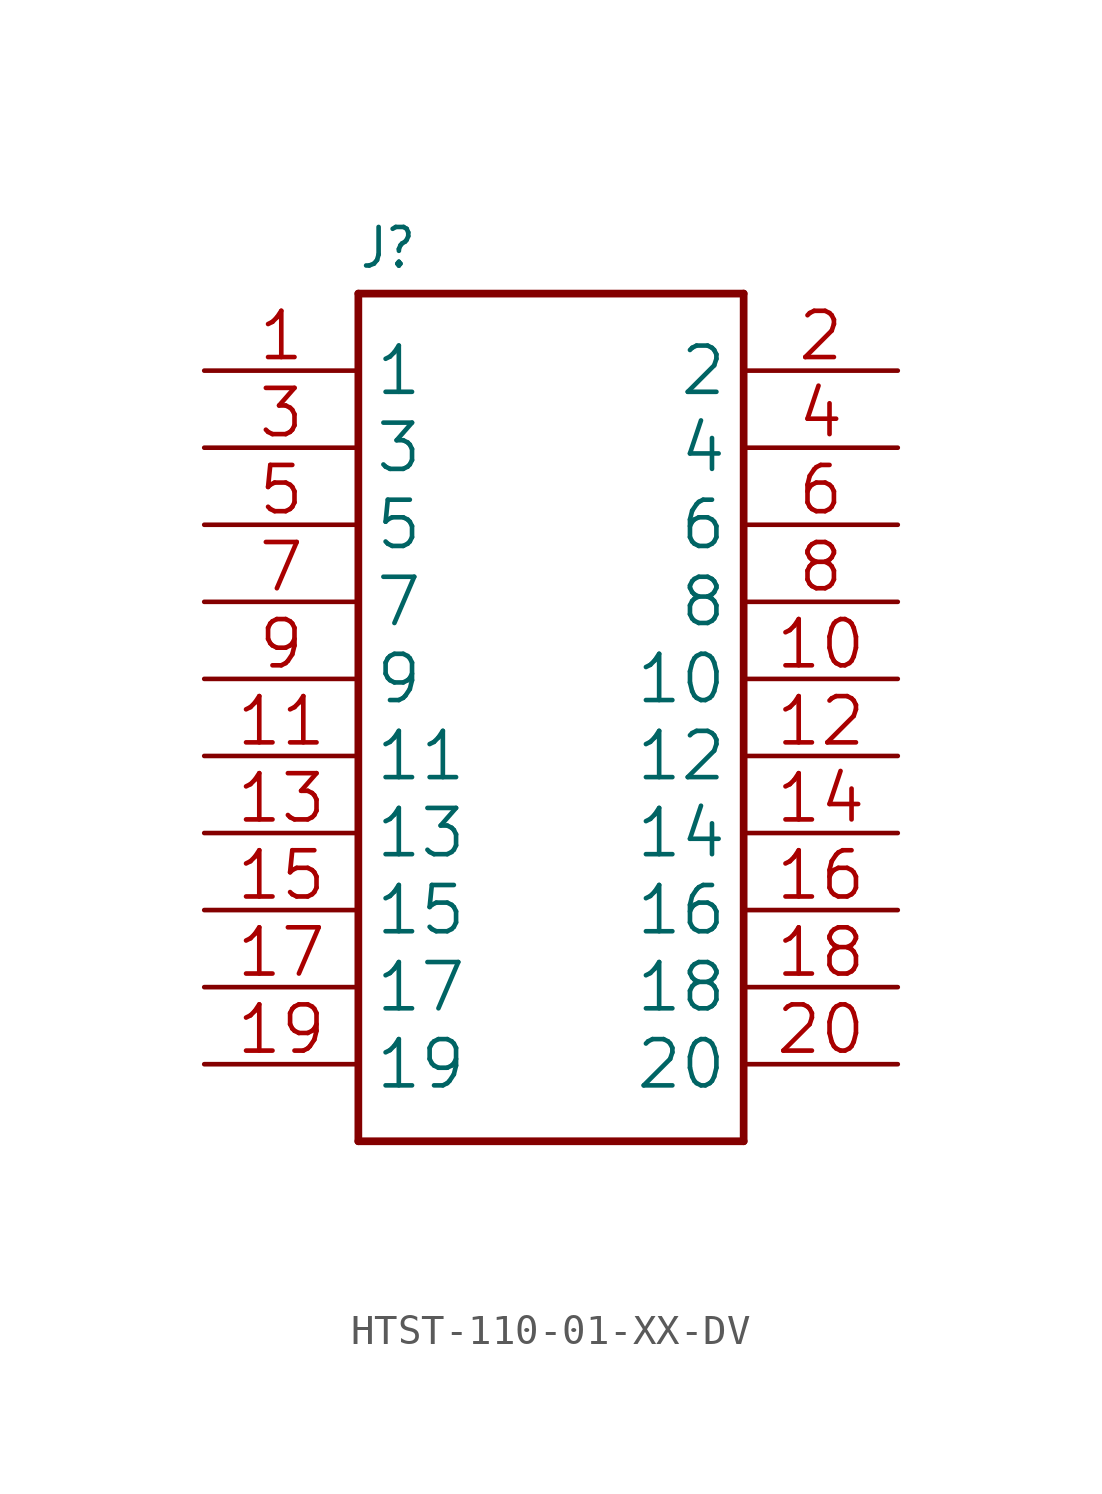
<source format=kicad_sym>
(kicad_symbol_lib
  (version 20241209)
  (generator "kicad_symbol_editor")
  (generator_version "9.0")
  (symbol "HTST-110-01-XX-DV"
    (property "Reference" "J"
      (at 5.082 3.303 0)
      (effects (font (size 1.27 1.08)) (justify left bottom)))
    (property "Value" ""
      (at 5.086 -27.466 0)
      (effects (font (size 1.272 1.081)) (justify left bottom)))
    (property "ki_locked" ""
      (at 0 0 0)
      (effects (font (size 1.27 1.27))))
    (symbol "HTST-110-01-XX-DV_1_0"
      (polyline (pts (xy 5.08 2.54) (xy 17.78 2.54)) (stroke (width 0.254) (type solid)) (fill (type none)))
      (polyline (pts (xy 5.08 -25.4) (xy 5.08 2.54)) (stroke (width 0.254) (type solid)) (fill (type none)))
      (polyline (pts (xy 17.78 2.54) (xy 17.78 -25.4)) (stroke (width 0.254) (type solid)) (fill (type none)))
      (polyline (pts (xy 17.78 -25.4) (xy 5.08 -25.4)) (stroke (width 0.254) (type solid)) (fill (type none)))
      (pin bidirectional line (at 0 0 0) (length 5.08) (name "1" (effects (font (size 1.524 1.524)))) (number "1" (effects (font (size 1.524 1.524)))))
      (pin bidirectional line (at 0 -2.54 0) (length 5.08) (name "3" (effects (font (size 1.524 1.524)))) (number "3" (effects (font (size 1.524 1.524)))))
      (pin bidirectional line (at 0 -5.08 0) (length 5.08) (name "5" (effects (font (size 1.524 1.524)))) (number "5" (effects (font (size 1.524 1.524)))))
      (pin bidirectional line (at 0 -7.62 0) (length 5.08) (name "7" (effects (font (size 1.524 1.524)))) (number "7" (effects (font (size 1.524 1.524)))))
      (pin bidirectional line (at 0 -10.16 0) (length 5.08) (name "9" (effects (font (size 1.524 1.524)))) (number "9" (effects (font (size 1.524 1.524)))))
      (pin bidirectional line (at 0 -12.7 0) (length 5.08) (name "11" (effects (font (size 1.524 1.524)))) (number "11" (effects (font (size 1.524 1.524)))))
      (pin bidirectional line (at 0 -15.24 0) (length 5.08) (name "13" (effects (font (size 1.524 1.524)))) (number "13" (effects (font (size 1.524 1.524)))))
      (pin bidirectional line (at 0 -17.78 0) (length 5.08) (name "15" (effects (font (size 1.524 1.524)))) (number "15" (effects (font (size 1.524 1.524)))))
      (pin bidirectional line (at 0 -20.32 0) (length 5.08) (name "17" (effects (font (size 1.524 1.524)))) (number "17" (effects (font (size 1.524 1.524)))))
      (pin bidirectional line (at 0 -22.86 0) (length 5.08) (name "19" (effects (font (size 1.524 1.524)))) (number "19" (effects (font (size 1.524 1.524)))))
      (pin bidirectional line (at 22.86 0 180) (length 5.08) (name "2" (effects (font (size 1.524 1.524)))) (number "2" (effects (font (size 1.524 1.524)))))
      (pin bidirectional line (at 22.86 -2.54 180) (length 5.08) (name "4" (effects (font (size 1.524 1.524)))) (number "4" (effects (font (size 1.524 1.524)))))
      (pin bidirectional line (at 22.86 -5.08 180) (length 5.08) (name "6" (effects (font (size 1.524 1.524)))) (number "6" (effects (font (size 1.524 1.524)))))
      (pin bidirectional line (at 22.86 -7.62 180) (length 5.08) (name "8" (effects (font (size 1.524 1.524)))) (number "8" (effects (font (size 1.524 1.524)))))
      (pin bidirectional line (at 22.86 -10.16 180) (length 5.08) (name "10" (effects (font (size 1.524 1.524)))) (number "10" (effects (font (size 1.524 1.524)))))
      (pin bidirectional line (at 22.86 -12.7 180) (length 5.08) (name "12" (effects (font (size 1.524 1.524)))) (number "12" (effects (font (size 1.524 1.524)))))
      (pin bidirectional line (at 22.86 -15.24 180) (length 5.08) (name "14" (effects (font (size 1.524 1.524)))) (number "14" (effects (font (size 1.524 1.524)))))
      (pin bidirectional line (at 22.86 -17.78 180) (length 5.08) (name "16" (effects (font (size 1.524 1.524)))) (number "16" (effects (font (size 1.524 1.524)))))
      (pin bidirectional line (at 22.86 -20.32 180) (length 5.08) (name "18" (effects (font (size 1.524 1.524)))) (number "18" (effects (font (size 1.524 1.524)))))
      (pin bidirectional line (at 22.86 -22.86 180) (length 5.08) (name "20" (effects (font (size 1.524 1.524)))) (number "20" (effects (font (size 1.524 1.524))))))))
</source>
